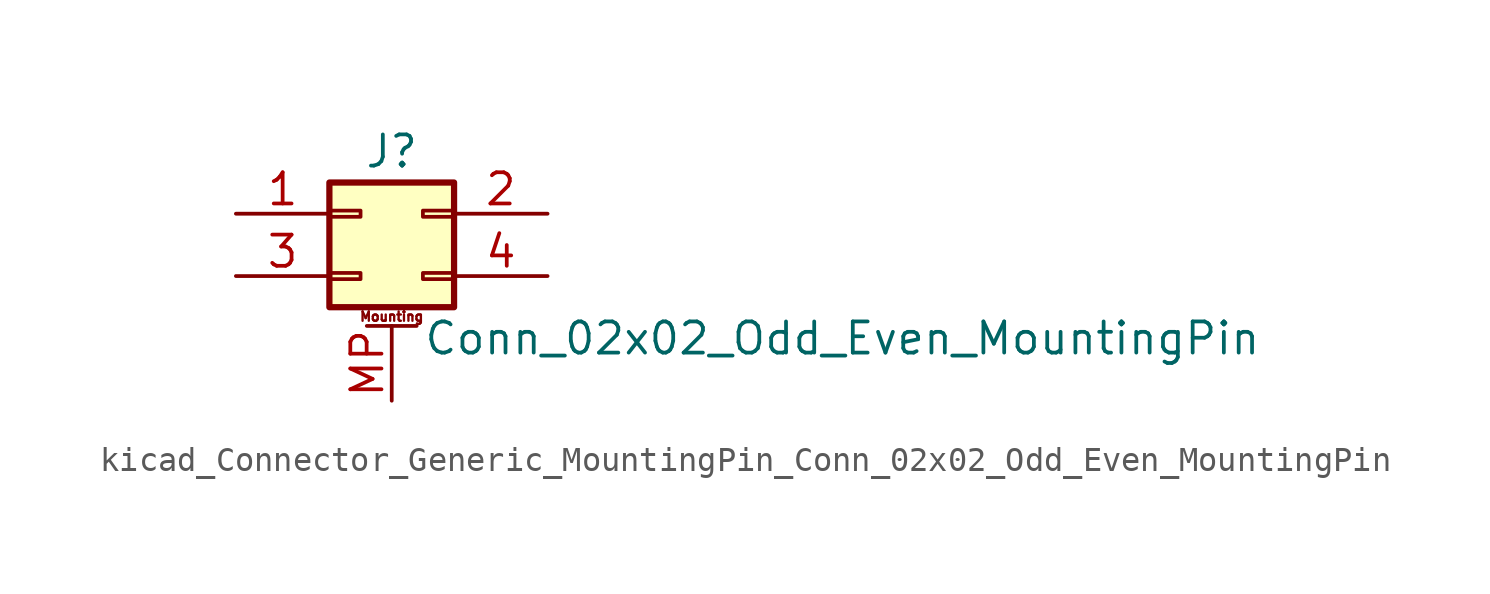
<source format=kicad_sym>
(kicad_symbol_lib
  (version 20220914)
  (generator kicad_symbol_editor)
  (symbol "kicad_Connector_Generic_MountingPin_Conn_02x02_Odd_Even_MountingPin"
    (pin_names
      (offset 1.016) hide)
    (property "Reference" "J"
      (at 1.27 2.54 0)
      (effects (font (size 1.27 1.27))))
    (property "Value" "Conn_02x02_Odd_Even_MountingPin"
      (at 2.54 -5.08 0)
      (effects (font (size 1.27 1.27)) (justify left)))
    (symbol "kicad_Connector_Generic_MountingPin_Conn_02x02_Odd_Even_MountingPin_1_1"
      (rectangle (start -1.27 -2.413) (end 0 -2.667) (stroke (width 0.152) (type default)) (fill (type none)))
      (rectangle (start -1.27 0.127) (end 0 -0.127) (stroke (width 0.152) (type default)) (fill (type none)))
      (rectangle (start -1.27 1.27) (end 3.81 -3.81) (stroke (width 0.254) (type default)) (fill (type background)))
      (polyline (pts (xy 0.254 -4.572) (xy 2.286 -4.572)) (stroke (width 0.152) (type default)) (fill (type none)))
      (rectangle (start 3.81 -2.413) (end 2.54 -2.667) (stroke (width 0.152) (type default)) (fill (type none)))
      (rectangle (start 3.81 0.127) (end 2.54 -0.127) (stroke (width 0.152) (type default)) (fill (type none)))
      (text "Mounting" (at 1.27 -4.191 0) (effects (font (size 0.381 0.381))))
      (pin passive line (at -5.08 0 0) (length 3.81) (name "Pin_1" (effects (font (size 1.27 1.27)))) (number "1" (effects (font (size 1.27 1.27)))))
      (pin passive line (at 7.62 0 180) (length 3.81) (name "Pin_2" (effects (font (size 1.27 1.27)))) (number "2" (effects (font (size 1.27 1.27)))))
      (pin passive line (at -5.08 -2.54 0) (length 3.81) (name "Pin_3" (effects (font (size 1.27 1.27)))) (number "3" (effects (font (size 1.27 1.27)))))
      (pin passive line (at 7.62 -2.54 180) (length 3.81) (name "Pin_4" (effects (font (size 1.27 1.27)))) (number "4" (effects (font (size 1.27 1.27)))))
      (pin passive line (at 1.27 -7.62 90) (length 3.048) (name "MountPin" (effects (font (size 1.27 1.27)))) (number "MP" (effects (font (size 1.27 1.27))))))))
</source>
